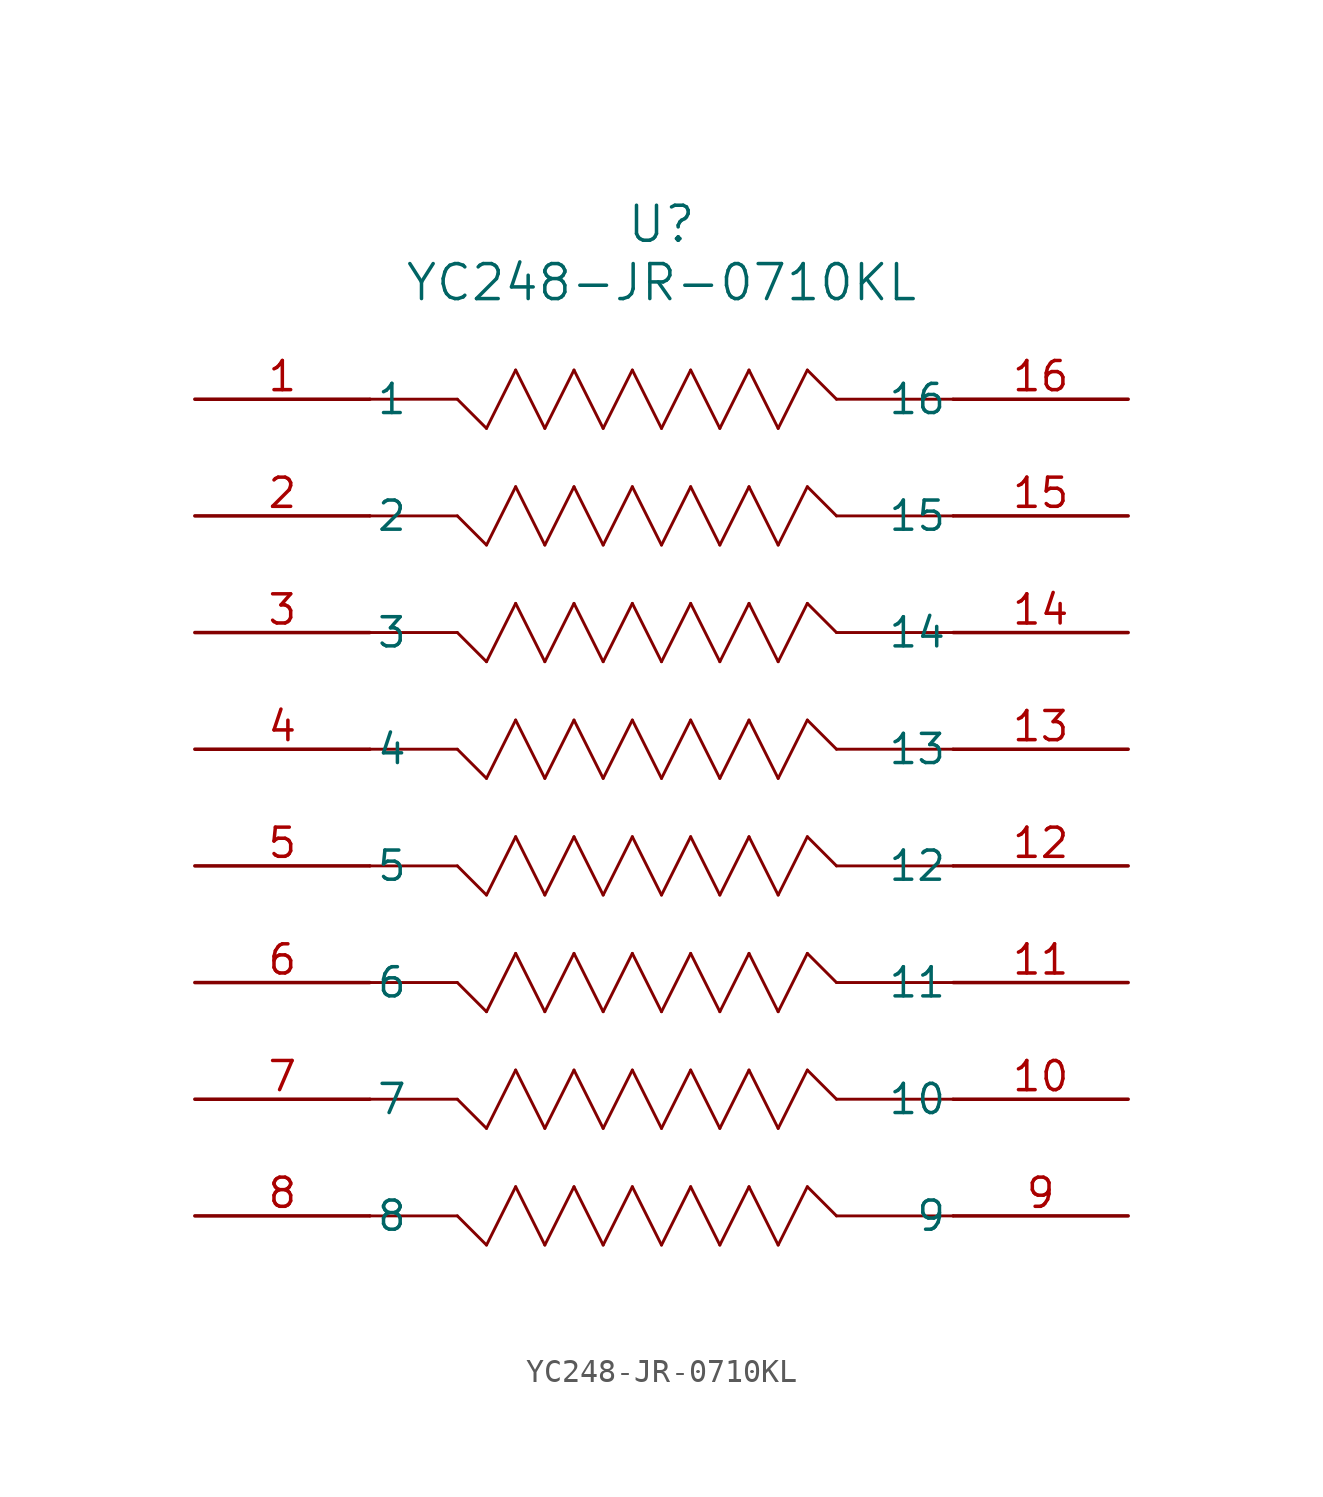
<source format=kicad_sym>
(kicad_symbol_lib
  (version 20211014)
  (generator kicad_symbol_editor)
  (symbol "YC248-JR-0710KL"
    (pin_names
      (offset 0.254))
    (property "Reference" "U"
      (at 20.32 7.62 0)
      (effects (font (size 1.524 1.524))))
    (property "Value" "YC248-JR-0710KL"
      (at 20.32 5.08 0)
      (effects (font (size 1.524 1.524))))
    (symbol "YC248-JR-0710KL_0_1"
      (polyline (pts (xy 20.32 -1.27) (xy 19.05 1.27)) (stroke (width 0.127) (type default) (color 0 0 0 0)) (fill (type none)))
      (polyline (pts (xy 19.05 1.27) (xy 17.78 -1.27)) (stroke (width 0.127) (type default) (color 0 0 0 0)) (fill (type none)))
      (polyline (pts (xy 17.78 -1.27) (xy 16.51 1.27)) (stroke (width 0.127) (type default) (color 0 0 0 0)) (fill (type none)))
      (polyline (pts (xy 16.51 1.27) (xy 15.24 -1.27)) (stroke (width 0.127) (type default) (color 0 0 0 0)) (fill (type none)))
      (polyline (pts (xy 15.24 -1.27) (xy 13.97 1.27)) (stroke (width 0.127) (type default) (color 0 0 0 0)) (fill (type none)))
      (polyline (pts (xy 13.97 1.27) (xy 12.7 -1.27)) (stroke (width 0.127) (type default) (color 0 0 0 0)) (fill (type none)))
      (polyline (pts (xy 12.7 -1.27) (xy 11.43 0)) (stroke (width 0.127) (type default) (color 0 0 0 0)) (fill (type none)))
      (polyline (pts (xy 11.43 0) (xy 7.62 0)) (stroke (width 0.127) (type default) (color 0 0 0 0)) (fill (type none)))
      (polyline (pts (xy 20.32 -1.27) (xy 21.59 1.27)) (stroke (width 0.127) (type default) (color 0 0 0 0)) (fill (type none)))
      (polyline (pts (xy 21.59 1.27) (xy 22.86 -1.27)) (stroke (width 0.127) (type default) (color 0 0 0 0)) (fill (type none)))
      (polyline (pts (xy 22.86 -1.27) (xy 24.13 1.27)) (stroke (width 0.127) (type default) (color 0 0 0 0)) (fill (type none)))
      (polyline (pts (xy 24.13 1.27) (xy 25.4 -1.27)) (stroke (width 0.127) (type default) (color 0 0 0 0)) (fill (type none)))
      (polyline (pts (xy 25.4 -1.27) (xy 26.67 1.27)) (stroke (width 0.127) (type default) (color 0 0 0 0)) (fill (type none)))
      (polyline (pts (xy 27.94 0) (xy 33.02 0)) (stroke (width 0.127) (type default) (color 0 0 0 0)) (fill (type none)))
      (polyline (pts (xy 26.67 1.27) (xy 27.94 0)) (stroke (width 0.127) (type default) (color 0 0 0 0)) (fill (type none)))
      (polyline (pts (xy 20.32 -6.35) (xy 19.05 -3.81)) (stroke (width 0.127) (type default) (color 0 0 0 0)) (fill (type none)))
      (polyline (pts (xy 19.05 -3.81) (xy 17.78 -6.35)) (stroke (width 0.127) (type default) (color 0 0 0 0)) (fill (type none)))
      (polyline (pts (xy 17.78 -6.35) (xy 16.51 -3.81)) (stroke (width 0.127) (type default) (color 0 0 0 0)) (fill (type none)))
      (polyline (pts (xy 16.51 -3.81) (xy 15.24 -6.35)) (stroke (width 0.127) (type default) (color 0 0 0 0)) (fill (type none)))
      (polyline (pts (xy 15.24 -6.35) (xy 13.97 -3.81)) (stroke (width 0.127) (type default) (color 0 0 0 0)) (fill (type none)))
      (polyline (pts (xy 13.97 -3.81) (xy 12.7 -6.35)) (stroke (width 0.127) (type default) (color 0 0 0 0)) (fill (type none)))
      (polyline (pts (xy 12.7 -6.35) (xy 11.43 -5.08)) (stroke (width 0.127) (type default) (color 0 0 0 0)) (fill (type none)))
      (polyline (pts (xy 20.32 -6.35) (xy 21.59 -3.81)) (stroke (width 0.127) (type default) (color 0 0 0 0)) (fill (type none)))
      (polyline (pts (xy 21.59 -3.81) (xy 22.86 -6.35)) (stroke (width 0.127) (type default) (color 0 0 0 0)) (fill (type none)))
      (polyline (pts (xy 22.86 -6.35) (xy 24.13 -3.81)) (stroke (width 0.127) (type default) (color 0 0 0 0)) (fill (type none)))
      (polyline (pts (xy 24.13 -3.81) (xy 25.4 -6.35)) (stroke (width 0.127) (type default) (color 0 0 0 0)) (fill (type none)))
      (polyline (pts (xy 25.4 -6.35) (xy 26.67 -3.81)) (stroke (width 0.127) (type default) (color 0 0 0 0)) (fill (type none)))
      (polyline (pts (xy 26.67 -3.81) (xy 27.94 -5.08)) (stroke (width 0.127) (type default) (color 0 0 0 0)) (fill (type none)))
      (polyline (pts (xy 27.94 -5.08) (xy 33.02 -5.08)) (stroke (width 0.127) (type default) (color 0 0 0 0)) (fill (type none)))
      (polyline (pts (xy 11.43 -5.08) (xy 7.62 -5.08)) (stroke (width 0.127) (type default) (color 0 0 0 0)) (fill (type none)))
      (polyline (pts (xy 20.32 -11.43) (xy 19.05 -8.89)) (stroke (width 0.127) (type default) (color 0 0 0 0)) (fill (type none)))
      (polyline (pts (xy 19.05 -8.89) (xy 17.78 -11.43)) (stroke (width 0.127) (type default) (color 0 0 0 0)) (fill (type none)))
      (polyline (pts (xy 17.78 -11.43) (xy 16.51 -8.89)) (stroke (width 0.127) (type default) (color 0 0 0 0)) (fill (type none)))
      (polyline (pts (xy 16.51 -8.89) (xy 15.24 -11.43)) (stroke (width 0.127) (type default) (color 0 0 0 0)) (fill (type none)))
      (polyline (pts (xy 15.24 -11.43) (xy 13.97 -8.89)) (stroke (width 0.127) (type default) (color 0 0 0 0)) (fill (type none)))
      (polyline (pts (xy 13.97 -8.89) (xy 12.7 -11.43)) (stroke (width 0.127) (type default) (color 0 0 0 0)) (fill (type none)))
      (polyline (pts (xy 12.7 -11.43) (xy 11.43 -10.16)) (stroke (width 0.127) (type default) (color 0 0 0 0)) (fill (type none)))
      (polyline (pts (xy 20.32 -11.43) (xy 21.59 -8.89)) (stroke (width 0.127) (type default) (color 0 0 0 0)) (fill (type none)))
      (polyline (pts (xy 21.59 -8.89) (xy 22.86 -11.43)) (stroke (width 0.127) (type default) (color 0 0 0 0)) (fill (type none)))
      (polyline (pts (xy 22.86 -11.43) (xy 24.13 -8.89)) (stroke (width 0.127) (type default) (color 0 0 0 0)) (fill (type none)))
      (polyline (pts (xy 24.13 -8.89) (xy 25.4 -11.43)) (stroke (width 0.127) (type default) (color 0 0 0 0)) (fill (type none)))
      (polyline (pts (xy 25.4 -11.43) (xy 26.67 -8.89)) (stroke (width 0.127) (type default) (color 0 0 0 0)) (fill (type none)))
      (polyline (pts (xy 26.67 -8.89) (xy 27.94 -10.16)) (stroke (width 0.127) (type default) (color 0 0 0 0)) (fill (type none)))
      (polyline (pts (xy 27.94 -10.16) (xy 33.02 -10.16)) (stroke (width 0.127) (type default) (color 0 0 0 0)) (fill (type none)))
      (polyline (pts (xy 11.43 -10.16) (xy 7.62 -10.16)) (stroke (width 0.127) (type default) (color 0 0 0 0)) (fill (type none)))
      (polyline (pts (xy 20.32 -16.51) (xy 19.05 -13.97)) (stroke (width 0.127) (type default) (color 0 0 0 0)) (fill (type none)))
      (polyline (pts (xy 19.05 -13.97) (xy 17.78 -16.51)) (stroke (width 0.127) (type default) (color 0 0 0 0)) (fill (type none)))
      (polyline (pts (xy 17.78 -16.51) (xy 16.51 -13.97)) (stroke (width 0.127) (type default) (color 0 0 0 0)) (fill (type none)))
      (polyline (pts (xy 16.51 -13.97) (xy 15.24 -16.51)) (stroke (width 0.127) (type default) (color 0 0 0 0)) (fill (type none)))
      (polyline (pts (xy 15.24 -16.51) (xy 13.97 -13.97)) (stroke (width 0.127) (type default) (color 0 0 0 0)) (fill (type none)))
      (polyline (pts (xy 13.97 -13.97) (xy 12.7 -16.51)) (stroke (width 0.127) (type default) (color 0 0 0 0)) (fill (type none)))
      (polyline (pts (xy 12.7 -16.51) (xy 11.43 -15.24)) (stroke (width 0.127) (type default) (color 0 0 0 0)) (fill (type none)))
      (polyline (pts (xy 20.32 -16.51) (xy 21.59 -13.97)) (stroke (width 0.127) (type default) (color 0 0 0 0)) (fill (type none)))
      (polyline (pts (xy 21.59 -13.97) (xy 22.86 -16.51)) (stroke (width 0.127) (type default) (color 0 0 0 0)) (fill (type none)))
      (polyline (pts (xy 22.86 -16.51) (xy 24.13 -13.97)) (stroke (width 0.127) (type default) (color 0 0 0 0)) (fill (type none)))
      (polyline (pts (xy 24.13 -13.97) (xy 25.4 -16.51)) (stroke (width 0.127) (type default) (color 0 0 0 0)) (fill (type none)))
      (polyline (pts (xy 25.4 -16.51) (xy 26.67 -13.97)) (stroke (width 0.127) (type default) (color 0 0 0 0)) (fill (type none)))
      (polyline (pts (xy 26.67 -13.97) (xy 27.94 -15.24)) (stroke (width 0.127) (type default) (color 0 0 0 0)) (fill (type none)))
      (polyline (pts (xy 27.94 -15.24) (xy 33.02 -15.24)) (stroke (width 0.127) (type default) (color 0 0 0 0)) (fill (type none)))
      (polyline (pts (xy 11.43 -15.24) (xy 7.62 -15.24)) (stroke (width 0.127) (type default) (color 0 0 0 0)) (fill (type none)))
      (polyline (pts (xy 20.32 -21.59) (xy 19.05 -19.05)) (stroke (width 0.127) (type default) (color 0 0 0 0)) (fill (type none)))
      (polyline (pts (xy 19.05 -19.05) (xy 17.78 -21.59)) (stroke (width 0.127) (type default) (color 0 0 0 0)) (fill (type none)))
      (polyline (pts (xy 17.78 -21.59) (xy 16.51 -19.05)) (stroke (width 0.127) (type default) (color 0 0 0 0)) (fill (type none)))
      (polyline (pts (xy 16.51 -19.05) (xy 15.24 -21.59)) (stroke (width 0.127) (type default) (color 0 0 0 0)) (fill (type none)))
      (polyline (pts (xy 15.24 -21.59) (xy 13.97 -19.05)) (stroke (width 0.127) (type default) (color 0 0 0 0)) (fill (type none)))
      (polyline (pts (xy 13.97 -19.05) (xy 12.7 -21.59)) (stroke (width 0.127) (type default) (color 0 0 0 0)) (fill (type none)))
      (polyline (pts (xy 12.7 -21.59) (xy 11.43 -20.32)) (stroke (width 0.127) (type default) (color 0 0 0 0)) (fill (type none)))
      (polyline (pts (xy 20.32 -21.59) (xy 21.59 -19.05)) (stroke (width 0.127) (type default) (color 0 0 0 0)) (fill (type none)))
      (polyline (pts (xy 21.59 -19.05) (xy 22.86 -21.59)) (stroke (width 0.127) (type default) (color 0 0 0 0)) (fill (type none)))
      (polyline (pts (xy 22.86 -21.59) (xy 24.13 -19.05)) (stroke (width 0.127) (type default) (color 0 0 0 0)) (fill (type none)))
      (polyline (pts (xy 24.13 -19.05) (xy 25.4 -21.59)) (stroke (width 0.127) (type default) (color 0 0 0 0)) (fill (type none)))
      (polyline (pts (xy 25.4 -21.59) (xy 26.67 -19.05)) (stroke (width 0.127) (type default) (color 0 0 0 0)) (fill (type none)))
      (polyline (pts (xy 26.67 -19.05) (xy 27.94 -20.32)) (stroke (width 0.127) (type default) (color 0 0 0 0)) (fill (type none)))
      (polyline (pts (xy 27.94 -20.32) (xy 33.02 -20.32)) (stroke (width 0.127) (type default) (color 0 0 0 0)) (fill (type none)))
      (polyline (pts (xy 11.43 -20.32) (xy 7.62 -20.32)) (stroke (width 0.127) (type default) (color 0 0 0 0)) (fill (type none)))
      (polyline (pts (xy 20.32 -26.67) (xy 19.05 -24.13)) (stroke (width 0.127) (type default) (color 0 0 0 0)) (fill (type none)))
      (polyline (pts (xy 19.05 -24.13) (xy 17.78 -26.67)) (stroke (width 0.127) (type default) (color 0 0 0 0)) (fill (type none)))
      (polyline (pts (xy 17.78 -26.67) (xy 16.51 -24.13)) (stroke (width 0.127) (type default) (color 0 0 0 0)) (fill (type none)))
      (polyline (pts (xy 16.51 -24.13) (xy 15.24 -26.67)) (stroke (width 0.127) (type default) (color 0 0 0 0)) (fill (type none)))
      (polyline (pts (xy 15.24 -26.67) (xy 13.97 -24.13)) (stroke (width 0.127) (type default) (color 0 0 0 0)) (fill (type none)))
      (polyline (pts (xy 13.97 -24.13) (xy 12.7 -26.67)) (stroke (width 0.127) (type default) (color 0 0 0 0)) (fill (type none)))
      (polyline (pts (xy 12.7 -26.67) (xy 11.43 -25.4)) (stroke (width 0.127) (type default) (color 0 0 0 0)) (fill (type none)))
      (polyline (pts (xy 20.32 -26.67) (xy 21.59 -24.13)) (stroke (width 0.127) (type default) (color 0 0 0 0)) (fill (type none)))
      (polyline (pts (xy 21.59 -24.13) (xy 22.86 -26.67)) (stroke (width 0.127) (type default) (color 0 0 0 0)) (fill (type none)))
      (polyline (pts (xy 22.86 -26.67) (xy 24.13 -24.13)) (stroke (width 0.127) (type default) (color 0 0 0 0)) (fill (type none)))
      (polyline (pts (xy 24.13 -24.13) (xy 25.4 -26.67)) (stroke (width 0.127) (type default) (color 0 0 0 0)) (fill (type none)))
      (polyline (pts (xy 25.4 -26.67) (xy 26.67 -24.13)) (stroke (width 0.127) (type default) (color 0 0 0 0)) (fill (type none)))
      (polyline (pts (xy 20.32 -31.75) (xy 19.05 -29.21)) (stroke (width 0.127) (type default) (color 0 0 0 0)) (fill (type none)))
      (polyline (pts (xy 19.05 -29.21) (xy 17.78 -31.75)) (stroke (width 0.127) (type default) (color 0 0 0 0)) (fill (type none)))
      (polyline (pts (xy 17.78 -31.75) (xy 16.51 -29.21)) (stroke (width 0.127) (type default) (color 0 0 0 0)) (fill (type none)))
      (polyline (pts (xy 16.51 -29.21) (xy 15.24 -31.75)) (stroke (width 0.127) (type default) (color 0 0 0 0)) (fill (type none)))
      (polyline (pts (xy 15.24 -31.75) (xy 13.97 -29.21)) (stroke (width 0.127) (type default) (color 0 0 0 0)) (fill (type none)))
      (polyline (pts (xy 13.97 -29.21) (xy 12.7 -31.75)) (stroke (width 0.127) (type default) (color 0 0 0 0)) (fill (type none)))
      (polyline (pts (xy 12.7 -31.75) (xy 11.43 -30.48)) (stroke (width 0.127) (type default) (color 0 0 0 0)) (fill (type none)))
      (polyline (pts (xy 20.32 -31.75) (xy 21.59 -29.21)) (stroke (width 0.127) (type default) (color 0 0 0 0)) (fill (type none)))
      (polyline (pts (xy 21.59 -29.21) (xy 22.86 -31.75)) (stroke (width 0.127) (type default) (color 0 0 0 0)) (fill (type none)))
      (polyline (pts (xy 22.86 -31.75) (xy 24.13 -29.21)) (stroke (width 0.127) (type default) (color 0 0 0 0)) (fill (type none)))
      (polyline (pts (xy 24.13 -29.21) (xy 25.4 -31.75)) (stroke (width 0.127) (type default) (color 0 0 0 0)) (fill (type none)))
      (polyline (pts (xy 25.4 -31.75) (xy 26.67 -29.21)) (stroke (width 0.127) (type default) (color 0 0 0 0)) (fill (type none)))
      (polyline (pts (xy 20.32 -36.83) (xy 19.05 -34.29)) (stroke (width 0.127) (type default) (color 0 0 0 0)) (fill (type none)))
      (polyline (pts (xy 19.05 -34.29) (xy 17.78 -36.83)) (stroke (width 0.127) (type default) (color 0 0 0 0)) (fill (type none)))
      (polyline (pts (xy 17.78 -36.83) (xy 16.51 -34.29)) (stroke (width 0.127) (type default) (color 0 0 0 0)) (fill (type none)))
      (polyline (pts (xy 16.51 -34.29) (xy 15.24 -36.83)) (stroke (width 0.127) (type default) (color 0 0 0 0)) (fill (type none)))
      (polyline (pts (xy 15.24 -36.83) (xy 13.97 -34.29)) (stroke (width 0.127) (type default) (color 0 0 0 0)) (fill (type none)))
      (polyline (pts (xy 13.97 -34.29) (xy 12.7 -36.83)) (stroke (width 0.127) (type default) (color 0 0 0 0)) (fill (type none)))
      (polyline (pts (xy 12.7 -36.83) (xy 11.43 -35.56)) (stroke (width 0.127) (type default) (color 0 0 0 0)) (fill (type none)))
      (polyline (pts (xy 20.32 -36.83) (xy 21.59 -34.29)) (stroke (width 0.127) (type default) (color 0 0 0 0)) (fill (type none)))
      (polyline (pts (xy 21.59 -34.29) (xy 22.86 -36.83)) (stroke (width 0.127) (type default) (color 0 0 0 0)) (fill (type none)))
      (polyline (pts (xy 22.86 -36.83) (xy 24.13 -34.29)) (stroke (width 0.127) (type default) (color 0 0 0 0)) (fill (type none)))
      (polyline (pts (xy 24.13 -34.29) (xy 25.4 -36.83)) (stroke (width 0.127) (type default) (color 0 0 0 0)) (fill (type none)))
      (polyline (pts (xy 25.4 -36.83) (xy 26.67 -34.29)) (stroke (width 0.127) (type default) (color 0 0 0 0)) (fill (type none)))
      (polyline (pts (xy 26.67 -24.13) (xy 27.94 -25.4)) (stroke (width 0.127) (type default) (color 0 0 0 0)) (fill (type none)))
      (polyline (pts (xy 26.67 -29.21) (xy 27.94 -30.48)) (stroke (width 0.127) (type default) (color 0 0 0 0)) (fill (type none)))
      (polyline (pts (xy 26.67 -34.29) (xy 27.94 -35.56)) (stroke (width 0.127) (type default) (color 0 0 0 0)) (fill (type none)))
      (polyline (pts (xy 27.94 -35.56) (xy 33.02 -35.56)) (stroke (width 0.127) (type default) (color 0 0 0 0)) (fill (type none)))
      (polyline (pts (xy 27.94 -30.48) (xy 33.02 -30.48)) (stroke (width 0.127) (type default) (color 0 0 0 0)) (fill (type none)))
      (polyline (pts (xy 27.94 -25.4) (xy 33.02 -25.4)) (stroke (width 0.127) (type default) (color 0 0 0 0)) (fill (type none)))
      (polyline (pts (xy 11.43 -35.56) (xy 7.62 -35.56)) (stroke (width 0.127) (type default) (color 0 0 0 0)) (fill (type none)))
      (polyline (pts (xy 11.43 -30.48) (xy 7.62 -30.48)) (stroke (width 0.127) (type default) (color 0 0 0 0)) (fill (type none)))
      (polyline (pts (xy 11.43 -25.4) (xy 7.62 -25.4)) (stroke (width 0.127) (type default) (color 0 0 0 0)) (fill (type none)))
      (pin unspecified line (at 0 0 0) (length 7.62) (name "1" (effects (font (size 1.27 1.27)))) (number "1" (effects (font (size 1.27 1.27)))))
      (pin unspecified line (at 0 -5.08 0) (length 7.62) (name "2" (effects (font (size 1.27 1.27)))) (number "2" (effects (font (size 1.27 1.27)))))
      (pin unspecified line (at 0 -10.16 0) (length 7.62) (name "3" (effects (font (size 1.27 1.27)))) (number "3" (effects (font (size 1.27 1.27)))))
      (pin unspecified line (at 0 -15.24 0) (length 7.62) (name "4" (effects (font (size 1.27 1.27)))) (number "4" (effects (font (size 1.27 1.27)))))
      (pin unspecified line (at 0 -20.32 0) (length 7.62) (name "5" (effects (font (size 1.27 1.27)))) (number "5" (effects (font (size 1.27 1.27)))))
      (pin unspecified line (at 0 -25.4 0) (length 7.62) (name "6" (effects (font (size 1.27 1.27)))) (number "6" (effects (font (size 1.27 1.27)))))
      (pin unspecified line (at 0 -30.48 0) (length 7.62) (name "7" (effects (font (size 1.27 1.27)))) (number "7" (effects (font (size 1.27 1.27)))))
      (pin unspecified line (at 0 -35.56 0) (length 7.62) (name "8" (effects (font (size 1.27 1.27)))) (number "8" (effects (font (size 1.27 1.27)))))
      (pin unspecified line (at 40.64 -35.56 180) (length 7.62) (name "9" (effects (font (size 1.27 1.27)))) (number "9" (effects (font (size 1.27 1.27)))))
      (pin unspecified line (at 40.64 -30.48 180) (length 7.62) (name "10" (effects (font (size 1.27 1.27)))) (number "10" (effects (font (size 1.27 1.27)))))
      (pin unspecified line (at 40.64 -25.4 180) (length 7.62) (name "11" (effects (font (size 1.27 1.27)))) (number "11" (effects (font (size 1.27 1.27)))))
      (pin unspecified line (at 40.64 -20.32 180) (length 7.62) (name "12" (effects (font (size 1.27 1.27)))) (number "12" (effects (font (size 1.27 1.27)))))
      (pin unspecified line (at 40.64 -15.24 180) (length 7.62) (name "13" (effects (font (size 1.27 1.27)))) (number "13" (effects (font (size 1.27 1.27)))))
      (pin unspecified line (at 40.64 -10.16 180) (length 7.62) (name "14" (effects (font (size 1.27 1.27)))) (number "14" (effects (font (size 1.27 1.27)))))
      (pin unspecified line (at 40.64 -5.08 180) (length 7.62) (name "15" (effects (font (size 1.27 1.27)))) (number "15" (effects (font (size 1.27 1.27)))))
      (pin unspecified line (at 40.64 0 180) (length 7.62) (name "16" (effects (font (size 1.27 1.27)))) (number "16" (effects (font (size 1.27 1.27))))))))
</source>
